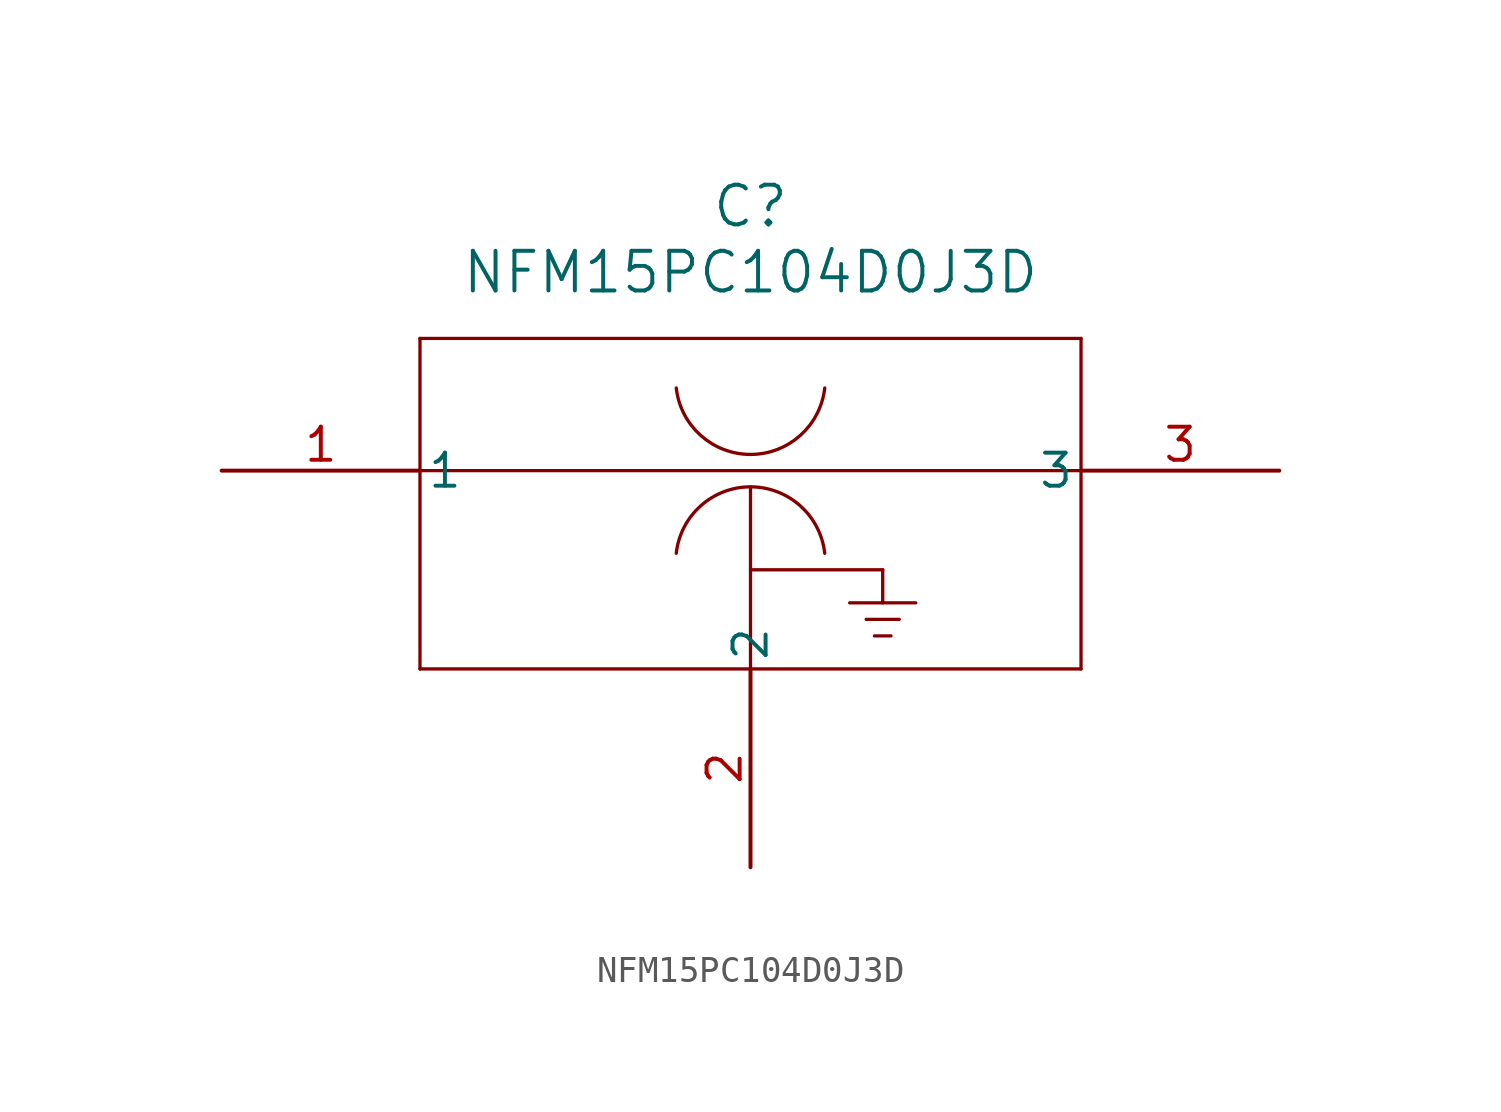
<source format=kicad_sym>
(kicad_symbol_lib
  (version 20211014)
  (generator kicad_symbol_editor)
  (symbol "NFM15PC104D0J3D"
    (pin_names
      (offset 0.254))
    (property "Reference" "C"
      (at 20.32 10.16 0)
      (effects (font (size 1.524 1.524))))
    (property "Value" "NFM15PC104D0J3D"
      (at 20.32 7.62 0)
      (effects (font (size 1.524 1.524))))
    (symbol "NFM15PC104D0J3D_0_1"
      (polyline (pts (xy 7.62 5.08) (xy 7.62 -7.62)) (stroke (width 0.127) (type default) (color 0 0 0 0)) (fill (type none)))
      (polyline (pts (xy 7.62 -7.62) (xy 33.02 -7.62)) (stroke (width 0.127) (type default) (color 0 0 0 0)) (fill (type none)))
      (polyline (pts (xy 33.02 -7.62) (xy 33.02 5.08)) (stroke (width 0.127) (type default) (color 0 0 0 0)) (fill (type none)))
      (polyline (pts (xy 33.02 5.08) (xy 7.62 5.08)) (stroke (width 0.127) (type default) (color 0 0 0 0)) (fill (type none)))
      (polyline (pts (xy 7.62 0) (xy 33.02 0)) (stroke (width 0.127) (type default) (color 0 0 0 0)) (fill (type none)))
      (polyline (pts (xy 20.32 -7.62) (xy 20.32 -0.635)) (stroke (width 0.127) (type default) (color 0 0 0 0)) (fill (type none)))
      (polyline (pts (xy 20.32 -3.81) (xy 25.4 -3.81)) (stroke (width 0.127) (type default) (color 0 0 0 0)) (fill (type none)))
      (polyline (pts (xy 25.4 -3.81) (xy 25.4 -5.08)) (stroke (width 0.127) (type default) (color 0 0 0 0)) (fill (type none)))
      (polyline (pts (xy 24.13 -5.08) (xy 26.67 -5.08)) (stroke (width 0.127) (type default) (color 0 0 0 0)) (fill (type none)))
      (polyline (pts (xy 24.765 -5.715) (xy 26.035 -5.715)) (stroke (width 0.127) (type default) (color 0 0 0 0)) (fill (type none)))
      (arc (start 17.467355 3.175539) (mid 20.32 0.6223) (end 23.172645 3.175539) (stroke (width 0.127) (type default) (color 0 0 0 0)) (fill (type none)))
      (arc (start 23.172645 -3.175539) (mid 20.32 -0.6223) (end 17.467355 -3.175539) (stroke (width 0.127) (type default) (color 0 0 0 0)) (fill (type none)))
      (polyline (pts (xy 25.082 -6.35) (xy 25.718 -6.35)) (stroke (width 0.127) (type default) (color 0 0 0 0)) (fill (type none)))
      (pin unspecified line (at 0 0 0) (length 7.62) (name "1" (effects (font (size 1.27 1.27)))) (number "1" (effects (font (size 1.27 1.27)))))
      (pin unspecified line (at 20.32 -15.24 90) (length 7.62) (name "2" (effects (font (size 1.27 1.27)))) (number "2" (effects (font (size 1.27 1.27)))))
      (pin unspecified line (at 40.64 0 180) (length 7.62) (name "3" (effects (font (size 1.27 1.27)))) (number "3" (effects (font (size 1.27 1.27))))))))
</source>
